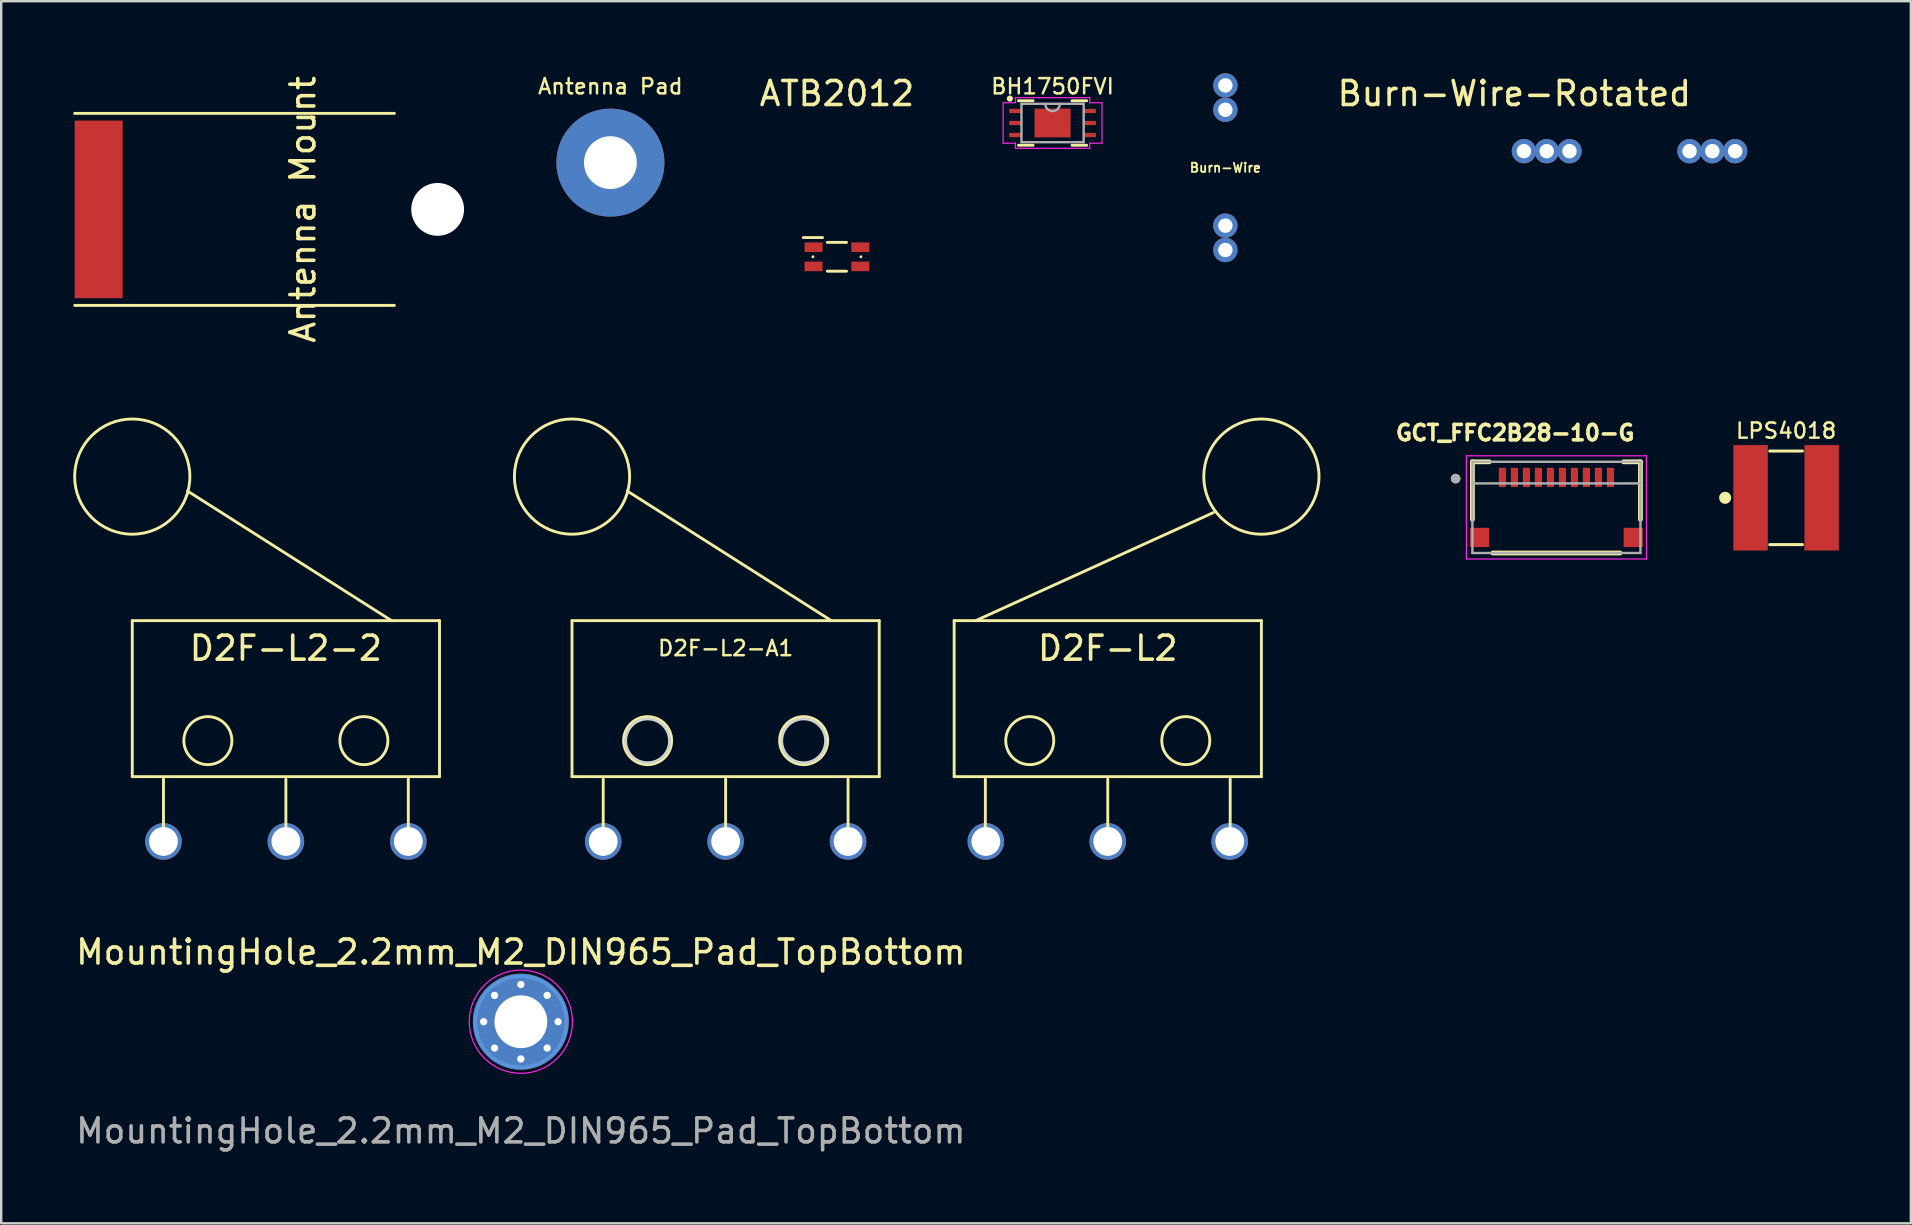
<source format=kicad_pcb>
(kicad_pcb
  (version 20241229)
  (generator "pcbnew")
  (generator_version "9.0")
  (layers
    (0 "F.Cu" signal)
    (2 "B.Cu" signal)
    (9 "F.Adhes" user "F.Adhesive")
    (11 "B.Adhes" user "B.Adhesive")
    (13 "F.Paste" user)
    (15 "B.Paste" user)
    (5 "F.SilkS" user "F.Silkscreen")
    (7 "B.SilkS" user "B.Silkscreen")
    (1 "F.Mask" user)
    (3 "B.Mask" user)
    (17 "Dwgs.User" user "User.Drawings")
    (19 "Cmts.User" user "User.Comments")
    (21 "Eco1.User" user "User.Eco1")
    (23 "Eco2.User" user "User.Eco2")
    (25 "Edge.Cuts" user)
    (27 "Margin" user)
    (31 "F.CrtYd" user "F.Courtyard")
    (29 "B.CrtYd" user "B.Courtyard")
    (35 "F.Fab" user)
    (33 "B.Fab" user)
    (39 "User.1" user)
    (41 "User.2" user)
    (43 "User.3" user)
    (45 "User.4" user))
  (footprint "MountingHole_2.2mm_M2_DIN965_Pad_TopBottom"
    (layer "F.Cu")
    (at 18.649 39.515)
    (property "Reference" "MountingHole_2.2mm_M2_DIN965_Pad_TopBottom" (at 0 -2.9 0) (layer "F.SilkS") (effects (font (size 1 1) (thickness 0.15))))
    (attr exclude_from_pos_files exclude_from_bom)
    (fp_circle (center 0 0) (end 1.9 0) (stroke (width 0.15) (type solid)) (fill no) (layer "Cmts.User"))
    (fp_circle (center 0 0) (end 2.15 0) (stroke (width 0.05) (type solid)) (fill no) (layer "F.CrtYd"))
    (fp_text user "${REFERENCE}" (at 0 4.55 0) (layer "F.Fab") (effects (font (size 1 1) (thickness 0.15))))
    (pad "" np_thru_hole circle (at 0 0) (size 2.4 2.4) (drill 2.2) (layers "*.Cu" "*.Mask"))
    (pad "1" thru_hole circle (at -1.55 0) (size 0.61 0.61) (drill 0.305) (layers "*.Cu" "*.Mask"))
    (pad "1" thru_hole circle (at -1.096 -1.096) (size 0.61 0.61) (drill 0.305) (layers "*.Cu" "*.Mask"))
    (pad "1" thru_hole circle (at -1.096 1.096) (size 0.61 0.61) (drill 0.305) (layers "*.Cu" "*.Mask"))
    (pad "1" thru_hole circle (at 0 -1.55) (size 0.61 0.61) (drill 0.305) (layers "*.Cu" "*.Mask"))
    (pad "1" connect circle (at 0 0) (size 4 4) (layers "F.Cu" "F.Mask"))
    (pad "1" connect circle (at 0 0) (size 4 4) (layers "B.Cu" "B.Mask"))
    (pad "1" thru_hole circle (at 0 1.55) (size 0.61 0.61) (drill 0.305) (layers "*.Cu" "*.Mask"))
    (pad "1" thru_hole circle (at 1.096 -1.096) (size 0.61 0.61) (drill 0.305) (layers "*.Cu" "*.Mask"))
    (pad "1" thru_hole circle (at 1.096 1.096) (size 0.61 0.61) (drill 0.305) (layers "*.Cu" "*.Mask"))
    (pad "1" thru_hole circle (at 1.55 0) (size 0.61 0.61) (drill 0.305) (layers "*.Cu" "*.Mask")))
  (footprint "BH1750FVI"
    (layer "F.Cu")
    (at 40.8 2.074)
    (property "Reference" "BH1750FVI" (at 0 -1.524 0) (layer "F.SilkS") (effects (font (size 0.635 0.635) (thickness 0.102))))
    (attr through_hole)
    (fp_line (start -1.422 0.927) (end -0.811 0.927) (stroke (width 0.12) (type solid)) (layer "F.SilkS"))
    (fp_line (start -0.811 -0.927) (end -1.422 -0.927) (stroke (width 0.12) (type solid)) (layer "F.SilkS"))
    (fp_line (start 0.811 0.927) (end 1.422 0.927) (stroke (width 0.12) (type solid)) (layer "F.SilkS"))
    (fp_line (start 1.422 -0.927) (end 0.811 -0.927) (stroke (width 0.12) (type solid)) (layer "F.SilkS"))
    (fp_circle (center -1.778 -1.016) (end -1.708 -1.016) (stroke (width 0.12) (type solid)) (fill yes) (layer "F.SilkS"))
    (fp_line (start -2.059 -0.843) (end -1.549 -0.843) (stroke (width 0.05) (type solid)) (layer "F.CrtYd"))
    (fp_line (start -2.059 0.843) (end -2.059 -0.843) (stroke (width 0.05) (type solid)) (layer "F.CrtYd"))
    (fp_line (start -1.549 -1.054) (end 1.549 -1.054) (stroke (width 0.05) (type solid)) (layer "F.CrtYd"))
    (fp_line (start -1.549 -0.843) (end -1.549 -1.054) (stroke (width 0.05) (type solid)) (layer "F.CrtYd"))
    (fp_line (start -1.549 0.843) (end -2.059 0.843) (stroke (width 0.05) (type solid)) (layer "F.CrtYd"))
    (fp_line (start -1.549 1.054) (end -1.549 0.843) (stroke (width 0.05) (type solid)) (layer "F.CrtYd"))
    (fp_line (start 1.549 -1.054) (end 1.549 -0.843) (stroke (width 0.05) (type solid)) (layer "F.CrtYd"))
    (fp_line (start 1.549 0.843) (end 1.549 1.054) (stroke (width 0.05) (type solid)) (layer "F.CrtYd"))
    (fp_line (start 1.549 1.054) (end -1.549 1.054) (stroke (width 0.05) (type solid)) (layer "F.CrtYd"))
    (fp_line (start 2.059 -0.843) (end 1.549 -0.843) (stroke (width 0.05) (type solid)) (layer "F.CrtYd"))
    (fp_line (start 2.059 -0.843) (end 2.059 0.843) (stroke (width 0.05) (type solid)) (layer "F.CrtYd"))
    (fp_line (start 2.059 0.843) (end 1.549 0.843) (stroke (width 0.05) (type solid)) (layer "F.CrtYd"))
    (fp_line (start -1.295 -0.8) (end -1.295 0.8) (stroke (width 0.1) (type solid)) (layer "F.Fab"))
    (fp_line (start -1.295 0.8) (end 1.295 0.8) (stroke (width 0.1) (type solid)) (layer "F.Fab"))
    (fp_line (start 1.295 -0.8) (end -1.295 -0.8) (stroke (width 0.1) (type solid)) (layer "F.Fab"))
    (fp_line (start 1.295 0.8) (end 1.295 -0.8) (stroke (width 0.1) (type solid)) (layer "F.Fab"))
    (fp_arc (start 0.3048 -0.8001) (mid 0 -0.4953) (end -0.3048 -0.8001) (stroke (width 0.1) (type solid)) (layer "F.Fab"))
    (pad "1" smd rect (at -1.551 -0.5) (size 0.508 0.178) (layers "F.Cu" "F.Mask" "F.Paste"))
    (pad "2" smd rect (at -1.551 0) (size 0.508 0.178) (layers "F.Cu" "F.Mask" "F.Paste"))
    (pad "3" smd rect (at -1.551 0.5) (size 0.508 0.178) (layers "F.Cu" "F.Mask" "F.Paste"))
    (pad "4" smd rect (at 1.551 0.5) (size 0.508 0.178) (layers "F.Cu" "F.Mask" "F.Paste"))
    (pad "5" smd rect (at 1.551 0) (size 0.508 0.178) (layers "F.Cu" "F.Mask" "F.Paste"))
    (pad "6" smd rect (at 1.551 -0.5) (size 0.508 0.178) (layers "F.Cu" "F.Mask" "F.Paste"))
    (pad "7" smd rect (at 0 0) (size 1.5 1.2) (layers "F.Cu" "F.Mask" "F.Paste")))
  (footprint "D2F-L2-2"
    (layer "F.Cu")
    (at 8.86 32.005)
    (property "Reference" "D2F-L2-2" (at 0 -8.05 0) (layer "F.SilkS") (effects (font (size 1 1) (thickness 0.15))))
    (attr through_hole)
    (fp_line (start -6.4 -9.2) (end -6.4 -2.7) (stroke (width 0.12) (type solid)) (layer "F.SilkS"))
    (fp_line (start -6.4 -9.2) (end 6.4 -9.2) (stroke (width 0.12) (type solid)) (layer "F.SilkS"))
    (fp_line (start -5.1 0) (end -5.1 -2.6) (stroke (width 0.12) (type solid)) (layer "F.SilkS"))
    (fp_line (start -4.1 -14.6) (end 4.4 -9.2) (stroke (width 0.12) (type solid)) (layer "F.SilkS"))
    (fp_line (start 0 0) (end 0 -2.6) (stroke (width 0.12) (type solid)) (layer "F.SilkS"))
    (fp_line (start 5.1 0) (end 5.1 -2.6) (stroke (width 0.12) (type solid)) (layer "F.SilkS"))
    (fp_line (start 6.4 -2.7) (end -6.4 -2.7) (stroke (width 0.12) (type solid)) (layer "F.SilkS"))
    (fp_line (start 6.4 -2.7) (end 6.4 -9.2) (stroke (width 0.12) (type solid)) (layer "F.SilkS"))
    (fp_circle (center -6.4 -15.2) (end -4 -15.2) (stroke (width 0.12) (type solid)) (fill no) (layer "F.SilkS"))
    (fp_circle (center -3.25 -4.2) (end -2.25 -4.2) (stroke (width 0.12) (type solid)) (fill no) (layer "F.SilkS"))
    (fp_circle (center 3.25 -4.2) (end 4.25 -4.2) (stroke (width 0.12) (type solid)) (fill no) (layer "F.SilkS"))
    (pad "1" thru_hole circle (at 5.1 0) (size 1.524 1.524) (drill 1.2) (layers "*.Cu" "*.Mask"))
    (pad "2" thru_hole circle (at 0 0) (size 1.524 1.524) (drill 1.2) (layers "*.Cu" "*.Mask"))
    (pad "3" thru_hole circle (at -5.1 0) (size 1.524 1.524) (drill 1.2) (layers "*.Cu" "*.Mask")))
  (footprint "ATB2012"
    (layer "F.Cu")
    (at 31.817 7.648)
    (property "Reference" "ATB2012" (at 0 -6.8 0) (unlocked yes) (layer "F.SilkS") (effects (font (size 1 1) (thickness 0.15))))
    (attr smd)
    (fp_line (start -1.4 -0.8) (end -0.6 -0.8) (stroke (width 0.12) (type solid)) (layer "F.SilkS"))
    (fp_line (start -1 0) (end -1 0) (stroke (width 0.12) (type solid)) (layer "F.SilkS"))
    (fp_line (start -0.4 0.6) (end 0.4 0.6) (stroke (width 0.12) (type solid)) (layer "F.SilkS"))
    (fp_line (start 0.4 -0.6) (end -0.4 -0.6) (stroke (width 0.12) (type solid)) (layer "F.SilkS"))
    (fp_line (start 1 0) (end 1 0) (stroke (width 0.12) (type solid)) (layer "F.SilkS"))
    (pad "1" smd rect (at -0.975 -0.4) (size 0.75 0.4) (layers "F.Cu" "F.Mask" "F.Paste"))
    (pad "2" smd rect (at -0.975 0.4) (size 0.75 0.4) (layers "F.Cu" "F.Mask" "F.Paste"))
    (pad "3" smd rect (at 0.975 0.4) (size 0.75 0.4) (layers "F.Cu" "F.Mask" "F.Paste"))
    (pad "4" smd rect (at 0.975 -0.4) (size 0.75 0.4) (layers "F.Cu" "F.Mask" "F.Paste")))
  (footprint "D2F-L2-A1"
    (layer "F.Cu")
    (at 27.18 32.005)
    (property "Reference" "D2F-L2-A1" (at 0 -8.05 0) (layer "F.SilkS") (effects (font (size 0.635 0.635) (thickness 0.102))))
    (attr through_hole)
    (fp_line (start -6.4 -9.2) (end -6.4 -2.7) (stroke (width 0.12) (type solid)) (layer "F.SilkS"))
    (fp_line (start -6.4 -9.2) (end 6.4 -9.2) (stroke (width 0.12) (type solid)) (layer "F.SilkS"))
    (fp_line (start -5.1 0) (end -5.1 -2.6) (stroke (width 0.12) (type solid)) (layer "F.SilkS"))
    (fp_line (start -4.1 -14.6) (end 4.4 -9.2) (stroke (width 0.12) (type solid)) (layer "F.SilkS"))
    (fp_line (start 0 0) (end 0 -2.6) (stroke (width 0.12) (type solid)) (layer "F.SilkS"))
    (fp_line (start 5.1 0) (end 5.1 -2.6) (stroke (width 0.12) (type solid)) (layer "F.SilkS"))
    (fp_line (start 6.4 -2.7) (end -6.4 -2.7) (stroke (width 0.12) (type solid)) (layer "F.SilkS"))
    (fp_line (start 6.4 -2.7) (end 6.4 -9.2) (stroke (width 0.12) (type solid)) (layer "F.SilkS"))
    (fp_circle (center -6.4 -15.2) (end -4 -15.2) (stroke (width 0.12) (type solid)) (fill no) (layer "F.SilkS"))
    (fp_circle (center -3.25 -4.2) (end -2.25 -4.2) (stroke (width 0.12) (type solid)) (fill no) (layer "F.SilkS"))
    (fp_circle (center 3.25 -4.2) (end 4.25 -4.2) (stroke (width 0.12) (type solid)) (fill no) (layer "F.SilkS"))
    (fp_circle (center -3.251 -4.191) (end -2.337 -4.191) (stroke (width 0.12) (type solid)) (fill no) (layer "Edge.Cuts"))
    (fp_circle (center 3.251 -4.191) (end 4.166 -4.191) (stroke (width 0.12) (type solid)) (fill no) (layer "Edge.Cuts"))
    (pad "1" thru_hole circle (at 0 0) (size 1.524 1.524) (drill 1.2) (layers "*.Cu" "*.Mask"))
    (pad "2" thru_hole circle (at 5.1 0) (size 1.524 1.524) (drill 1.2) (layers "*.Cu" "*.Mask"))
    (pad "3" thru_hole circle (at -5.1 0) (size 1.524 1.524) (drill 1.2) (layers "*.Cu" "*.Mask")))
  (footprint "LPS4018"
    (layer "F.Cu")
    (at 71.36 17.689)
    (property "Reference" "LPS4018" (at 0 -2.794 0) (layer "F.SilkS") (effects (font (size 0.635 0.635) (thickness 0.102))))
    (attr smd)
    (fp_line (start -0.679 1.949) (end 0.679 1.949) (stroke (width 0.127) (type solid)) (layer "F.SilkS"))
    (fp_line (start 0.679 -1.949) (end -0.679 -1.949) (stroke (width 0.127) (type solid)) (layer "F.SilkS"))
    (fp_circle (center -2.54 0) (end -2.413 0) (stroke (width 0.254) (type solid)) (fill no) (layer "F.SilkS"))
    (pad "1" smd rect (at -1.48 0) (size 1.435 4.394) (layers "F.Cu" "F.Mask" "F.Paste"))
    (pad "2" smd rect (at 1.48 0) (size 1.435 4.394) (layers "F.Cu" "F.Mask" "F.Paste")))
  (footprint "Antenna Pad"
    (layer "F.Cu")
    (at 22.38 3.725)
    (property "Reference" "Antenna Pad" (at 0 -3.175 0) (unlocked yes) (layer "F.SilkS") (effects (font (size 0.635 0.635) (thickness 0.102))))
    (attr through_hole)
    (pad "1" thru_hole circle (at 0 0) (size 4.5 4.5) (drill 2.2) (layers "*.Cu" "*.Mask")))
  (footprint "Antenna Mount"
    (layer "F.Cu")
    (at 1.06 5.673)
    (property "Reference" "Antenna Mount" (at 8.509 0 90) (unlocked yes) (layer "F.SilkS") (effects (font (size 1 1) (thickness 0.15))))
    (attr smd)
    (fp_line (start -1 -4) (end 12.319 -4) (stroke (width 0.12) (type solid)) (layer "F.SilkS"))
    (fp_line (start 12.319 4) (end -1 4) (stroke (width 0.12) (type solid)) (layer "F.SilkS"))
    (pad "" np_thru_hole circle (at 14.122 0) (size 2.2 2.2) (drill 2.2) (layers "*.Cu" "*.Mask"))
    (pad "1" smd rect (at 0 0) (size 2 7.4) (layers "F.Cu" "F.Mask" "F.Paste")))
  (footprint "D2F-L2"
    (layer "F.Cu")
    (at 43.1 32.005)
    (property "Reference" "D2F-L2" (at 0 -8.05 0) (layer "F.SilkS") (effects (font (size 1 1) (thickness 0.15))))
    (attr through_hole)
    (fp_line (start -6.4 -9.2) (end -6.4 -2.7) (stroke (width 0.12) (type solid)) (layer "F.SilkS"))
    (fp_line (start -6.4 -9.2) (end 6.4 -9.2) (stroke (width 0.12) (type solid)) (layer "F.SilkS"))
    (fp_line (start -5.5 -9.2) (end 4.4 -13.7) (stroke (width 0.12) (type solid)) (layer "F.SilkS"))
    (fp_line (start -5.1 0) (end -5.1 -2.6) (stroke (width 0.12) (type solid)) (layer "F.SilkS"))
    (fp_line (start 0 0) (end 0 -2.6) (stroke (width 0.12) (type solid)) (layer "F.SilkS"))
    (fp_line (start 5.1 0) (end 5.1 -2.6) (stroke (width 0.12) (type solid)) (layer "F.SilkS"))
    (fp_line (start 6.4 -2.7) (end -6.4 -2.7) (stroke (width 0.12) (type solid)) (layer "F.SilkS"))
    (fp_line (start 6.4 -2.7) (end 6.4 -9.2) (stroke (width 0.12) (type solid)) (layer "F.SilkS"))
    (fp_circle (center -3.25 -4.2) (end -2.25 -4.2) (stroke (width 0.12) (type solid)) (fill no) (layer "F.SilkS"))
    (fp_circle (center 3.25 -4.2) (end 4.25 -4.2) (stroke (width 0.12) (type solid)) (fill no) (layer "F.SilkS"))
    (fp_circle (center 6.4 -15.2) (end 8.8 -15.2) (stroke (width 0.12) (type solid)) (fill no) (layer "F.SilkS"))
    (pad "1" thru_hole circle (at -5.08 0) (size 1.524 1.524) (drill 1.2) (layers "*.Cu" "*.Mask"))
    (pad "2" thru_hole circle (at 0 0) (size 1.524 1.524) (drill 1.2) (layers "*.Cu" "*.Mask"))
    (pad "3" thru_hole circle (at 5.08 0) (size 1.524 1.524) (drill 1.2) (layers "*.Cu" "*.Mask")))
  (footprint "GCT_FFC2B28-10-G"
    (layer "F.Cu")
    (at 61.791 18.089)
    (property "Reference" "GCT_FFC2B28-10-G" (at -1.718 -3.106 0) (layer "F.SilkS") (effects (font (size 0.64 0.64) (thickness 0.15))))
    (attr through_hole)
    (fp_line (start -3.5 -1.9) (end -2.8 -1.9) (stroke (width 0.2) (type solid)) (layer "F.SilkS"))
    (fp_line (start -3.5 0.5) (end -3.5 -1.9) (stroke (width 0.2) (type solid)) (layer "F.SilkS"))
    (fp_line (start -2.65 1.9) (end 2.65 1.9) (stroke (width 0.2) (type solid)) (layer "F.SilkS"))
    (fp_line (start 2.8 -1.9) (end 3.5 -1.9) (stroke (width 0.2) (type solid)) (layer "F.SilkS"))
    (fp_line (start 3.5 -1.9) (end 3.5 0.5) (stroke (width 0.2) (type solid)) (layer "F.SilkS"))
    (fp_circle (center -4.2 -1.2) (end -4.1 -1.2) (stroke (width 0.2) (type solid)) (fill no) (layer "F.SilkS"))
    (fp_line (start -3.75 -2.15) (end -3.75 2.15) (stroke (width 0.05) (type solid)) (layer "F.CrtYd"))
    (fp_line (start -3.75 2.15) (end 3.75 2.15) (stroke (width 0.05) (type solid)) (layer "F.CrtYd"))
    (fp_line (start 3.75 -2.15) (end -3.75 -2.15) (stroke (width 0.05) (type solid)) (layer "F.CrtYd"))
    (fp_line (start 3.75 2.15) (end 3.75 -2.15) (stroke (width 0.05) (type solid)) (layer "F.CrtYd"))
    (fp_line (start -3.5 -1.9) (end 3.5 -1.9) (stroke (width 0.1) (type solid)) (layer "F.Fab"))
    (fp_line (start -3.5 -1) (end -3.5 -1.9) (stroke (width 0.1) (type solid)) (layer "F.Fab"))
    (fp_line (start -3.5 -1) (end 3.5 -1) (stroke (width 0.1) (type solid)) (layer "F.Fab"))
    (fp_line (start -3.5 1.9) (end -3.5 -1) (stroke (width 0.1) (type solid)) (layer "F.Fab"))
    (fp_line (start 3.5 -1.9) (end 3.5 -1) (stroke (width 0.1) (type solid)) (layer "F.Fab"))
    (fp_line (start 3.5 -1) (end 3.5 1.9) (stroke (width 0.1) (type solid)) (layer "F.Fab"))
    (fp_line (start 3.5 1.9) (end -3.5 1.9) (stroke (width 0.1) (type solid)) (layer "F.Fab"))
    (fp_circle (center -4.2 -1.2) (end -4.1 -1.2) (stroke (width 0.2) (type solid)) (fill no) (layer "F.Fab"))
    (pad "1" smd rect (at -2.25 -1.25) (size 0.3 0.8) (layers "F.Cu" "F.Mask" "F.Paste"))
    (pad "2" smd rect (at -1.75 -1.25) (size 0.3 0.8) (layers "F.Cu" "F.Mask" "F.Paste"))
    (pad "3" smd rect (at -1.25 -1.25) (size 0.3 0.8) (layers "F.Cu" "F.Mask" "F.Paste"))
    (pad "4" smd rect (at -0.75 -1.25) (size 0.3 0.8) (layers "F.Cu" "F.Mask" "F.Paste"))
    (pad "5" smd rect (at -0.25 -1.25) (size 0.3 0.8) (layers "F.Cu" "F.Mask" "F.Paste"))
    (pad "6" smd rect (at 0.25 -1.25) (size 0.3 0.8) (layers "F.Cu" "F.Mask" "F.Paste"))
    (pad "7" smd rect (at 0.75 -1.25) (size 0.3 0.8) (layers "F.Cu" "F.Mask" "F.Paste"))
    (pad "8" smd rect (at 1.25 -1.25) (size 0.3 0.8) (layers "F.Cu" "F.Mask" "F.Paste"))
    (pad "9" smd rect (at 1.75 -1.25) (size 0.3 0.8) (layers "F.Cu" "F.Mask" "F.Paste"))
    (pad "10" smd rect (at 2.25 -1.25) (size 0.3 0.8) (layers "F.Cu" "F.Mask" "F.Paste"))
    (pad "S1" smd rect (at -3.2 1.25) (size 0.8 0.8) (layers "F.Cu" "F.Mask" "F.Paste"))
    (pad "S2" smd rect (at 3.2 1.25) (size 0.8 0.8) (layers "F.Cu" "F.Mask" "F.Paste")))
  (footprint "Burn-Wire"
    (layer "F.Cu")
    (at 47.999 3.937)
    (property "Reference" "Burn-Wire" (at 0 0 180) (layer "F.SilkS") (effects (font (size 0.381 0.381) (thickness 0.076))))
    (attr through_hole)
    (pad "1" thru_hole circle (at 0 -3.429) (size 1.016 1.016) (drill 0.6) (layers "*.Cu" "*.Mask"))
    (pad "1" thru_hole circle (at 0 -2.413) (size 1.016 1.016) (drill 0.6) (layers "*.Cu" "*.Mask"))
    (pad "2" thru_hole circle (at 0 2.413) (size 1.016 1.016) (drill 0.6) (layers "*.Cu" "*.Mask"))
    (pad "2" thru_hole circle (at 0 3.429) (size 1.016 1.016) (drill 0.6) (layers "*.Cu" "*.Mask")))
  (footprint "Burn-Wire-Rotated"
    (layer "F.Cu")
    (at 62.336 3.248)
    (property "Reference" "Burn-Wire-Rotated" (at -2.3 -2.4 0) (layer "F.SilkS") (effects (font (size 1 1) (thickness 0.15))))
    (attr through_hole)
    (pad "1" thru_hole circle (at -1.9 0) (size 1.016 1.016) (drill 0.6) (layers "*.Cu" "*.Mask"))
    (pad "1" thru_hole circle (at -0.95 0) (size 1.016 1.016) (drill 0.6) (layers "*.Cu" "*.Mask"))
    (pad "1" thru_hole circle (at 0 0) (size 1.016 1.016) (drill 0.6) (layers "*.Cu" "*.Mask"))
    (pad "2" thru_hole circle (at 5 0) (size 1.016 1.016) (drill 0.6) (layers "*.Cu" "*.Mask"))
    (pad "2" thru_hole circle (at 5.95 0) (size 1.016 1.016) (drill 0.6) (layers "*.Cu" "*.Mask"))
    (pad "2" thru_hole circle (at 6.9 0) (size 1.016 1.016) (drill 0.6) (layers "*.Cu" "*.Mask")))
  (gr_rect
    (start -3 -3)
    (end 76.557 47.914)
    (stroke (width 0.1) (type default))
    (fill no)
    (layer "Edge.Cuts")))
</source>
